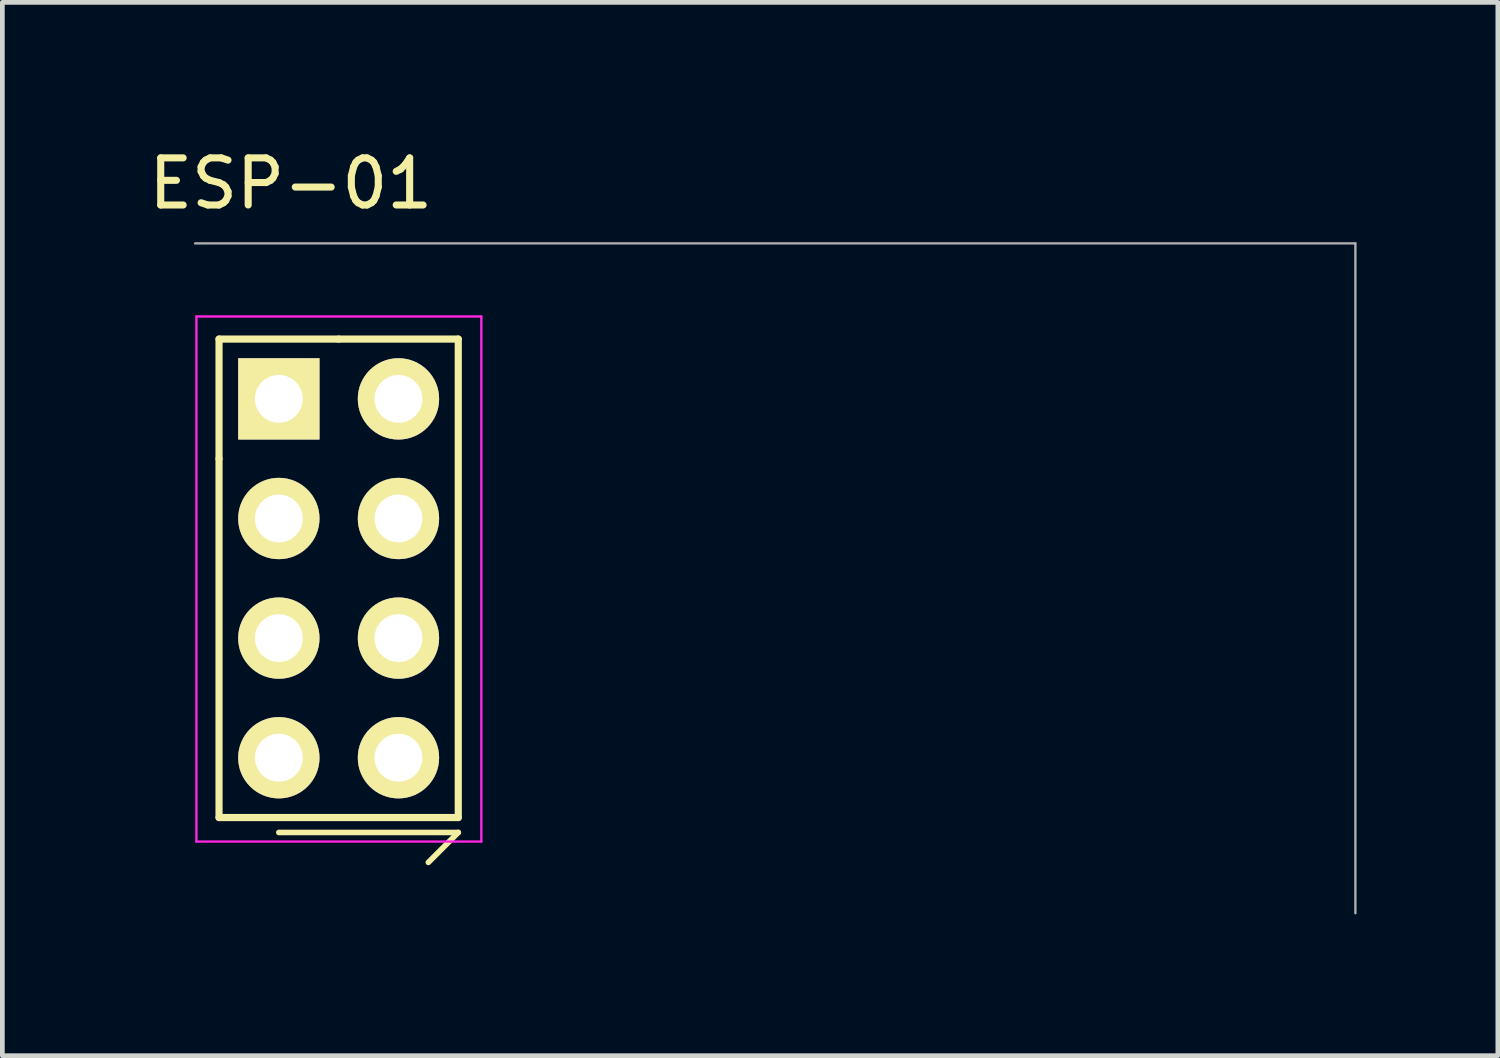
<source format=kicad_pcb>
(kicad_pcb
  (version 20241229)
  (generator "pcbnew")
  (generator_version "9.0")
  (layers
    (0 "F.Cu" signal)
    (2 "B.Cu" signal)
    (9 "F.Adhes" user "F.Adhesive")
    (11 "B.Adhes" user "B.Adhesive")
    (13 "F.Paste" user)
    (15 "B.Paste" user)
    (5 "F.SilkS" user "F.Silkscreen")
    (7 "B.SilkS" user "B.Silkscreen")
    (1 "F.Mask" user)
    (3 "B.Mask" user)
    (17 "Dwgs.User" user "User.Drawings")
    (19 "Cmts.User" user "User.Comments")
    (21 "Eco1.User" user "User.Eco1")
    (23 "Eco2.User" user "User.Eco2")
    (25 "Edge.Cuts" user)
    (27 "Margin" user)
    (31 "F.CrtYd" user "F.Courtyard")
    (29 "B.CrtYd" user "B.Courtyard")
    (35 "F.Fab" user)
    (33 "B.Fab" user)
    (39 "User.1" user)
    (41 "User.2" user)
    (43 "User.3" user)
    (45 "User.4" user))
  (footprint "ESP-01"
    (layer "F.Cu")
    (at 2.871 5.42)
    (property "Reference" "ESP-01" (at 0.254 -4.572 0) (layer "F.SilkS") (effects (font (size 1 1) (thickness 0.15))))
    (attr through_hole)
    (fp_line (start -1.27 -1.27) (end -1.27 1.27) (stroke (width 0.152) (type solid)) (layer "F.SilkS"))
    (fp_line (start -1.27 1.27) (end -1.27 8.89) (stroke (width 0.152) (type solid)) (layer "F.SilkS"))
    (fp_line (start -1.27 8.89) (end 3.81 8.89) (stroke (width 0.152) (type solid)) (layer "F.SilkS"))
    (fp_line (start 0 9.207) (end 3.81 9.207) (stroke (width 0.12) (type solid)) (layer "F.SilkS"))
    (fp_line (start 1.27 -1.27) (end -1.27 -1.27) (stroke (width 0.152) (type solid)) (layer "F.SilkS"))
    (fp_line (start 3.81 -1.27) (end 1.27 -1.27) (stroke (width 0.152) (type solid)) (layer "F.SilkS"))
    (fp_line (start 3.81 8.89) (end 3.81 -1.27) (stroke (width 0.152) (type solid)) (layer "F.SilkS"))
    (fp_line (start 3.81 9.207) (end 3.175 9.842) (stroke (width 0.12) (type solid)) (layer "F.SilkS"))
    (fp_line (start -1.75 -1.75) (end -1.75 9.4) (stroke (width 0.05) (type solid)) (layer "F.CrtYd"))
    (fp_line (start -1.75 -1.75) (end 4.3 -1.75) (stroke (width 0.05) (type solid)) (layer "F.CrtYd"))
    (fp_line (start -1.75 9.4) (end 4.3 9.4) (stroke (width 0.05) (type solid)) (layer "F.CrtYd"))
    (fp_line (start 4.3 -1.75) (end 4.3 9.4) (stroke (width 0.05) (type solid)) (layer "F.CrtYd"))
    (fp_line (start -1.778 -3.302) (end 22.86 -3.302) (stroke (width 0.05) (type solid)) (layer "F.Fab"))
    (fp_line (start 22.86 -3.302) (end 22.86 10.922) (stroke (width 0.05) (type solid)) (layer "F.Fab"))
    (pad "1" thru_hole rect (at 0 0) (size 1.727 1.727) (drill 1.016) (layers "*.Cu" "*.Mask" "F.SilkS"))
    (pad "2" thru_hole oval (at 2.54 0) (size 1.727 1.727) (drill 1.016) (layers "*.Cu" "*.Mask" "F.SilkS"))
    (pad "3" thru_hole oval (at 0 2.54) (size 1.727 1.727) (drill 1.016) (layers "*.Cu" "*.Mask" "F.SilkS"))
    (pad "4" thru_hole oval (at 2.54 2.54) (size 1.727 1.727) (drill 1.016) (layers "*.Cu" "*.Mask" "F.SilkS"))
    (pad "5" thru_hole oval (at 0 5.08) (size 1.727 1.727) (drill 1.016) (layers "*.Cu" "*.Mask" "F.SilkS"))
    (pad "6" thru_hole oval (at 2.54 5.08) (size 1.727 1.727) (drill 1.016) (layers "*.Cu" "*.Mask" "F.SilkS"))
    (pad "7" thru_hole oval (at 0 7.62) (size 1.727 1.727) (drill 1.016) (layers "*.Cu" "*.Mask" "F.SilkS"))
    (pad "8" thru_hole oval (at 2.54 7.62) (size 1.727 1.727) (drill 1.016) (layers "*.Cu" "*.Mask" "F.SilkS")))
  (gr_rect
    (start -3 -3)
    (end 28.756 19.367)
    (stroke (width 0.1) (type default))
    (fill no)
    (layer "Edge.Cuts")))
</source>
